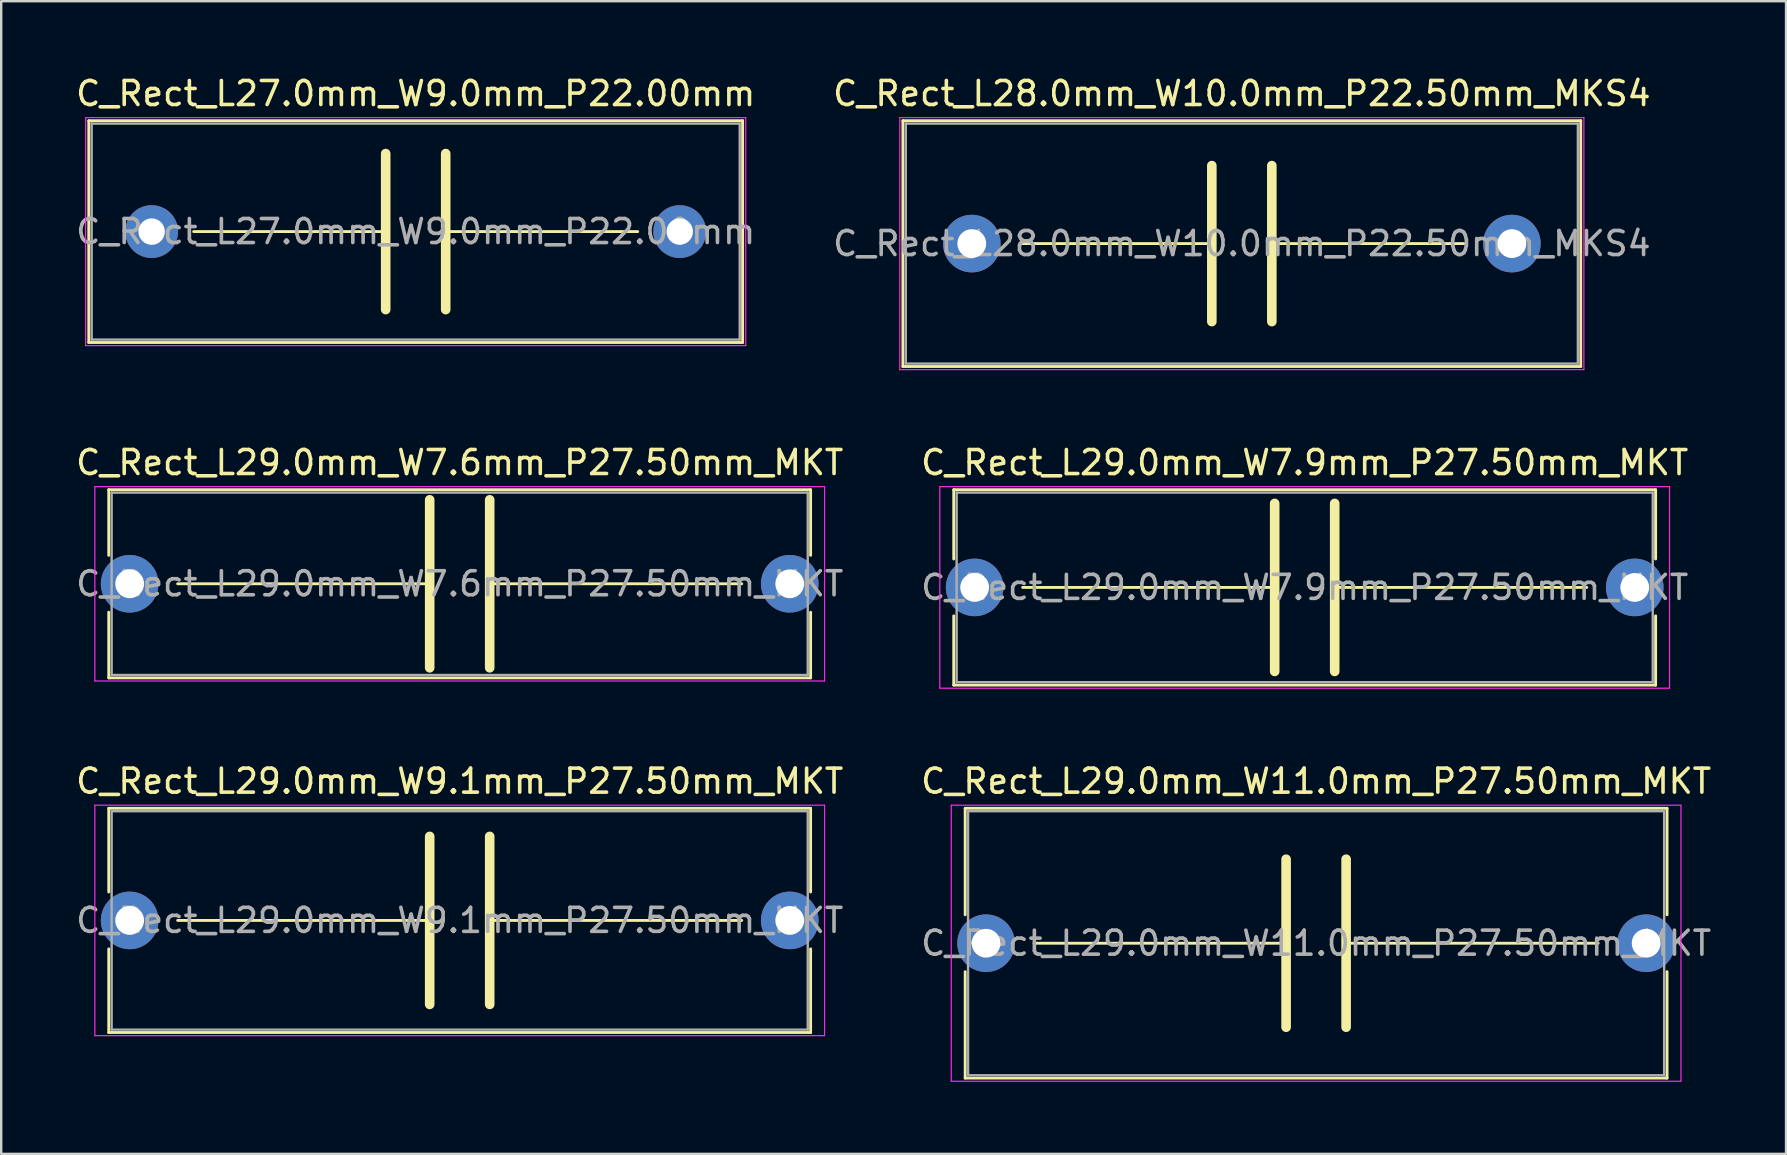
<source format=kicad_pcb>
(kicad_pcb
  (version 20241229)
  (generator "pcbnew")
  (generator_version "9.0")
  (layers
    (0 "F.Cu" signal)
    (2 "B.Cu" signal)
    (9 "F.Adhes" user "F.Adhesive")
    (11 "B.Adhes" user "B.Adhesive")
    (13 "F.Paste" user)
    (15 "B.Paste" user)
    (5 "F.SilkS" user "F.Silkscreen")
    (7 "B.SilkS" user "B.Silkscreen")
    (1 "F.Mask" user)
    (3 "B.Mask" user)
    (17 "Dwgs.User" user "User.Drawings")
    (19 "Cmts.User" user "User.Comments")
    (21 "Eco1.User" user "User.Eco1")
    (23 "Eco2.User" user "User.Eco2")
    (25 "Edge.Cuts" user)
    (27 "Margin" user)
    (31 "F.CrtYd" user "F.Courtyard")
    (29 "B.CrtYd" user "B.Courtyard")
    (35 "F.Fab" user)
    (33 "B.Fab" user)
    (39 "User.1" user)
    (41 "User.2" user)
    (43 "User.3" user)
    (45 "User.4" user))
  (footprint "C_Rect_L29.0mm_W9.1mm_P27.50mm_MKT"
    (layer "F.Cu")
    (at 2.351 35.295)
    (property "Reference" "C_Rect_L29.0mm_W9.1mm_P27.50mm_MKT" (at 13.75 -5.8 0) (layer "F.SilkS") (effects (font (size 1 1) (thickness 0.15))))
    (attr through_hole)
    (fp_line (start -0.87 -4.67) (end -0.87 -1.185) (stroke (width 0.12) (type solid)) (layer "F.SilkS"))
    (fp_line (start -0.87 -4.67) (end 28.37 -4.67) (stroke (width 0.12) (type solid)) (layer "F.SilkS"))
    (fp_line (start -0.87 1.185) (end -0.87 4.67) (stroke (width 0.12) (type solid)) (layer "F.SilkS"))
    (fp_line (start -0.87 4.67) (end 28.37 4.67) (stroke (width 0.12) (type solid)) (layer "F.SilkS"))
    (fp_line (start 2 0) (end 12.5 0) (stroke (width 0.12) (type solid)) (layer "F.SilkS"))
    (fp_line (start 12.5 -3.5) (end 12.5 3.5) (stroke (width 0.4) (type solid)) (layer "F.SilkS"))
    (fp_line (start 15 -3.5) (end 15 3.5) (stroke (width 0.4) (type solid)) (layer "F.SilkS"))
    (fp_line (start 15 0) (end 25.5 0) (stroke (width 0.12) (type solid)) (layer "F.SilkS"))
    (fp_line (start 28.37 -4.67) (end 28.37 -1.185) (stroke (width 0.12) (type solid)) (layer "F.SilkS"))
    (fp_line (start 28.37 1.185) (end 28.37 4.67) (stroke (width 0.12) (type solid)) (layer "F.SilkS"))
    (fp_line (start -1.45 -4.8) (end -1.45 4.8) (stroke (width 0.05) (type solid)) (layer "F.CrtYd"))
    (fp_line (start -1.45 4.8) (end 28.95 4.8) (stroke (width 0.05) (type solid)) (layer "F.CrtYd"))
    (fp_line (start 28.95 -4.8) (end -1.45 -4.8) (stroke (width 0.05) (type solid)) (layer "F.CrtYd"))
    (fp_line (start 28.95 4.8) (end 28.95 -4.8) (stroke (width 0.05) (type solid)) (layer "F.CrtYd"))
    (fp_line (start -0.75 -4.55) (end -0.75 4.55) (stroke (width 0.1) (type solid)) (layer "F.Fab"))
    (fp_line (start -0.75 4.55) (end 28.25 4.55) (stroke (width 0.1) (type solid)) (layer "F.Fab"))
    (fp_line (start 28.25 -4.55) (end -0.75 -4.55) (stroke (width 0.1) (type solid)) (layer "F.Fab"))
    (fp_line (start 28.25 4.55) (end 28.25 -4.55) (stroke (width 0.1) (type solid)) (layer "F.Fab"))
    (fp_text user "${REFERENCE}" (at 13.75 0 0) (layer "F.Fab") (effects (font (size 1 1) (thickness 0.15))))
    (pad "1" thru_hole circle (at 0 0) (size 2.4 2.4) (drill 1.2) (layers "*.Cu" "*.Mask"))
    (pad "2" thru_hole circle (at 27.5 0) (size 2.4 2.4) (drill 1.2) (layers "*.Cu" "*.Mask")))
  (footprint "C_Rect_L27.0mm_W9.0mm_P22.00mm"
    (layer "F.Cu")
    (at 3.268 6.598)
    (property "Reference" "C_Rect_L27.0mm_W9.0mm_P22.00mm" (at 11 -5.75 0) (layer "F.SilkS") (effects (font (size 1 1) (thickness 0.15))))
    (attr through_hole)
    (fp_line (start -2.62 -4.62) (end -2.62 4.62) (stroke (width 0.12) (type solid)) (layer "F.SilkS"))
    (fp_line (start -2.62 -4.62) (end 24.62 -4.62) (stroke (width 0.12) (type solid)) (layer "F.SilkS"))
    (fp_line (start -2.62 4.62) (end 24.62 4.62) (stroke (width 0.12) (type solid)) (layer "F.SilkS"))
    (fp_line (start 1.75 0) (end 9.75 0) (stroke (width 0.12) (type solid)) (layer "F.SilkS"))
    (fp_line (start 9.75 -3.25) (end 9.75 3.25) (stroke (width 0.4) (type solid)) (layer "F.SilkS"))
    (fp_line (start 12.25 -3.25) (end 12.25 3.25) (stroke (width 0.4) (type solid)) (layer "F.SilkS"))
    (fp_line (start 12.25 0) (end 20.25 0) (stroke (width 0.12) (type solid)) (layer "F.SilkS"))
    (fp_line (start 24.62 -4.62) (end 24.62 4.62) (stroke (width 0.12) (type solid)) (layer "F.SilkS"))
    (fp_line (start -2.75 -4.75) (end -2.75 4.75) (stroke (width 0.05) (type solid)) (layer "F.CrtYd"))
    (fp_line (start -2.75 4.75) (end 24.75 4.75) (stroke (width 0.05) (type solid)) (layer "F.CrtYd"))
    (fp_line (start 24.75 -4.75) (end -2.75 -4.75) (stroke (width 0.05) (type solid)) (layer "F.CrtYd"))
    (fp_line (start 24.75 4.75) (end 24.75 -4.75) (stroke (width 0.05) (type solid)) (layer "F.CrtYd"))
    (fp_line (start -2.5 -4.5) (end -2.5 4.5) (stroke (width 0.1) (type solid)) (layer "F.Fab"))
    (fp_line (start -2.5 4.5) (end 24.5 4.5) (stroke (width 0.1) (type solid)) (layer "F.Fab"))
    (fp_line (start 24.5 -4.5) (end -2.5 -4.5) (stroke (width 0.1) (type solid)) (layer "F.Fab"))
    (fp_line (start 24.5 4.5) (end 24.5 -4.5) (stroke (width 0.1) (type solid)) (layer "F.Fab"))
    (fp_text user "${REFERENCE}" (at 11 0 0) (layer "F.Fab") (effects (font (size 1 1) (thickness 0.15))))
    (pad "1" thru_hole circle (at 0 0) (size 2.2 2.2) (drill 1.1) (layers "*.Cu" "*.Mask"))
    (pad "2" thru_hole circle (at 22 0) (size 2.2 2.2) (drill 1.1) (layers "*.Cu" "*.Mask")))
  (footprint "C_Rect_L29.0mm_W7.9mm_P27.50mm_MKT"
    (layer "F.Cu")
    (at 37.554 21.422)
    (property "Reference" "C_Rect_L29.0mm_W7.9mm_P27.50mm_MKT" (at 13.75 -5.2 0) (layer "F.SilkS") (effects (font (size 1 1) (thickness 0.15))))
    (attr through_hole)
    (fp_line (start -0.87 -4.07) (end -0.87 -1.185) (stroke (width 0.12) (type solid)) (layer "F.SilkS"))
    (fp_line (start -0.87 -4.07) (end 28.37 -4.07) (stroke (width 0.12) (type solid)) (layer "F.SilkS"))
    (fp_line (start -0.87 1.185) (end -0.87 4.07) (stroke (width 0.12) (type solid)) (layer "F.SilkS"))
    (fp_line (start -0.87 4.07) (end 28.37 4.07) (stroke (width 0.12) (type solid)) (layer "F.SilkS"))
    (fp_line (start 2 0) (end 12.5 0) (stroke (width 0.12) (type solid)) (layer "F.SilkS"))
    (fp_line (start 12.5 -3.5) (end 12.5 3.5) (stroke (width 0.4) (type solid)) (layer "F.SilkS"))
    (fp_line (start 15 -3.5) (end 15 3.5) (stroke (width 0.4) (type solid)) (layer "F.SilkS"))
    (fp_line (start 15 0) (end 25.5 0) (stroke (width 0.12) (type solid)) (layer "F.SilkS"))
    (fp_line (start 28.37 -4.07) (end 28.37 -1.185) (stroke (width 0.12) (type solid)) (layer "F.SilkS"))
    (fp_line (start 28.37 1.185) (end 28.37 4.07) (stroke (width 0.12) (type solid)) (layer "F.SilkS"))
    (fp_line (start -1.45 -4.2) (end -1.45 4.2) (stroke (width 0.05) (type solid)) (layer "F.CrtYd"))
    (fp_line (start -1.45 4.2) (end 28.95 4.2) (stroke (width 0.05) (type solid)) (layer "F.CrtYd"))
    (fp_line (start 28.95 -4.2) (end -1.45 -4.2) (stroke (width 0.05) (type solid)) (layer "F.CrtYd"))
    (fp_line (start 28.95 4.2) (end 28.95 -4.2) (stroke (width 0.05) (type solid)) (layer "F.CrtYd"))
    (fp_line (start -0.75 -3.95) (end -0.75 3.95) (stroke (width 0.1) (type solid)) (layer "F.Fab"))
    (fp_line (start -0.75 3.95) (end 28.25 3.95) (stroke (width 0.1) (type solid)) (layer "F.Fab"))
    (fp_line (start 28.25 -3.95) (end -0.75 -3.95) (stroke (width 0.1) (type solid)) (layer "F.Fab"))
    (fp_line (start 28.25 3.95) (end 28.25 -3.95) (stroke (width 0.1) (type solid)) (layer "F.Fab"))
    (fp_text user "${REFERENCE}" (at 13.75 0 0) (layer "F.Fab") (effects (font (size 1 1) (thickness 0.15))))
    (pad "1" thru_hole circle (at 0 0) (size 2.4 2.4) (drill 1.2) (layers "*.Cu" "*.Mask"))
    (pad "2" thru_hole circle (at 27.5 0) (size 2.4 2.4) (drill 1.2) (layers "*.Cu" "*.Mask")))
  (footprint "C_Rect_L28.0mm_W10.0mm_P22.50mm_MKS4"
    (layer "F.Cu")
    (at 37.435 7.098)
    (property "Reference" "C_Rect_L28.0mm_W10.0mm_P22.50mm_MKS4" (at 11.25 -6.25 0) (layer "F.SilkS") (effects (font (size 1 1) (thickness 0.15))))
    (attr through_hole)
    (fp_line (start -2.87 -5.12) (end -2.87 5.12) (stroke (width 0.12) (type solid)) (layer "F.SilkS"))
    (fp_line (start -2.87 -5.12) (end 25.37 -5.12) (stroke (width 0.12) (type solid)) (layer "F.SilkS"))
    (fp_line (start -2.87 5.12) (end 25.37 5.12) (stroke (width 0.12) (type solid)) (layer "F.SilkS"))
    (fp_line (start 2 0) (end 10 0) (stroke (width 0.12) (type solid)) (layer "F.SilkS"))
    (fp_line (start 10 -3.25) (end 10 3.25) (stroke (width 0.4) (type solid)) (layer "F.SilkS"))
    (fp_line (start 12.5 -3.25) (end 12.5 3.25) (stroke (width 0.4) (type solid)) (layer "F.SilkS"))
    (fp_line (start 12.5 0) (end 20.5 0) (stroke (width 0.12) (type solid)) (layer "F.SilkS"))
    (fp_line (start 25.37 -5.12) (end 25.37 5.12) (stroke (width 0.12) (type solid)) (layer "F.SilkS"))
    (fp_line (start -3 -5.25) (end -3 5.25) (stroke (width 0.05) (type solid)) (layer "F.CrtYd"))
    (fp_line (start -3 5.25) (end 25.5 5.25) (stroke (width 0.05) (type solid)) (layer "F.CrtYd"))
    (fp_line (start 25.5 -5.25) (end -3 -5.25) (stroke (width 0.05) (type solid)) (layer "F.CrtYd"))
    (fp_line (start 25.5 5.25) (end 25.5 -5.25) (stroke (width 0.05) (type solid)) (layer "F.CrtYd"))
    (fp_line (start -2.75 -5) (end -2.75 5) (stroke (width 0.1) (type solid)) (layer "F.Fab"))
    (fp_line (start -2.75 5) (end 25.25 5) (stroke (width 0.1) (type solid)) (layer "F.Fab"))
    (fp_line (start 25.25 -5) (end -2.75 -5) (stroke (width 0.1) (type solid)) (layer "F.Fab"))
    (fp_line (start 25.25 5) (end 25.25 -5) (stroke (width 0.1) (type solid)) (layer "F.Fab"))
    (fp_text user "${REFERENCE}" (at 11.25 0 0) (layer "F.Fab") (effects (font (size 1 1) (thickness 0.15))))
    (pad "1" thru_hole circle (at 0 0) (size 2.4 2.4) (drill 1.2) (layers "*.Cu" "*.Mask"))
    (pad "2" thru_hole circle (at 22.5 0) (size 2.4 2.4) (drill 1.2) (layers "*.Cu" "*.Mask")))
  (footprint "C_Rect_L29.0mm_W7.6mm_P27.50mm_MKT"
    (layer "F.Cu")
    (at 2.351 21.271)
    (property "Reference" "C_Rect_L29.0mm_W7.6mm_P27.50mm_MKT" (at 13.75 -5.05 0) (layer "F.SilkS") (effects (font (size 1 1) (thickness 0.15))))
    (attr through_hole)
    (fp_line (start -0.87 -3.92) (end -0.87 -1.185) (stroke (width 0.12) (type solid)) (layer "F.SilkS"))
    (fp_line (start -0.87 -3.92) (end 28.37 -3.92) (stroke (width 0.12) (type solid)) (layer "F.SilkS"))
    (fp_line (start -0.87 1.185) (end -0.87 3.92) (stroke (width 0.12) (type solid)) (layer "F.SilkS"))
    (fp_line (start -0.87 3.92) (end 28.37 3.92) (stroke (width 0.12) (type solid)) (layer "F.SilkS"))
    (fp_line (start 2 0) (end 12.5 0) (stroke (width 0.12) (type solid)) (layer "F.SilkS"))
    (fp_line (start 12.5 -3.5) (end 12.5 3.5) (stroke (width 0.4) (type solid)) (layer "F.SilkS"))
    (fp_line (start 15 -3.5) (end 15 3.5) (stroke (width 0.4) (type solid)) (layer "F.SilkS"))
    (fp_line (start 15 0) (end 25.5 0) (stroke (width 0.12) (type solid)) (layer "F.SilkS"))
    (fp_line (start 28.37 -3.92) (end 28.37 -1.185) (stroke (width 0.12) (type solid)) (layer "F.SilkS"))
    (fp_line (start 28.37 1.185) (end 28.37 3.92) (stroke (width 0.12) (type solid)) (layer "F.SilkS"))
    (fp_line (start -1.45 -4.05) (end -1.45 4.05) (stroke (width 0.05) (type solid)) (layer "F.CrtYd"))
    (fp_line (start -1.45 4.05) (end 28.95 4.05) (stroke (width 0.05) (type solid)) (layer "F.CrtYd"))
    (fp_line (start 28.95 -4.05) (end -1.45 -4.05) (stroke (width 0.05) (type solid)) (layer "F.CrtYd"))
    (fp_line (start 28.95 4.05) (end 28.95 -4.05) (stroke (width 0.05) (type solid)) (layer "F.CrtYd"))
    (fp_line (start -0.75 -3.8) (end -0.75 3.8) (stroke (width 0.1) (type solid)) (layer "F.Fab"))
    (fp_line (start -0.75 3.8) (end 28.25 3.8) (stroke (width 0.1) (type solid)) (layer "F.Fab"))
    (fp_line (start 28.25 -3.8) (end -0.75 -3.8) (stroke (width 0.1) (type solid)) (layer "F.Fab"))
    (fp_line (start 28.25 3.8) (end 28.25 -3.8) (stroke (width 0.1) (type solid)) (layer "F.Fab"))
    (fp_text user "${REFERENCE}" (at 13.75 0 0) (layer "F.Fab") (effects (font (size 1 1) (thickness 0.15))))
    (pad "1" thru_hole circle (at 0 0) (size 2.4 2.4) (drill 1.2) (layers "*.Cu" "*.Mask"))
    (pad "2" thru_hole circle (at 27.5 0) (size 2.4 2.4) (drill 1.2) (layers "*.Cu" "*.Mask")))
  (footprint "C_Rect_L29.0mm_W11.0mm_P27.50mm_MKT"
    (layer "F.Cu")
    (at 38.03 36.245)
    (property "Reference" "C_Rect_L29.0mm_W11.0mm_P27.50mm_MKT" (at 13.75 -6.75 0) (layer "F.SilkS") (effects (font (size 1 1) (thickness 0.15))))
    (attr through_hole)
    (fp_line (start -0.87 -5.62) (end -0.87 -1.185) (stroke (width 0.12) (type solid)) (layer "F.SilkS"))
    (fp_line (start -0.87 -5.62) (end 28.37 -5.62) (stroke (width 0.12) (type solid)) (layer "F.SilkS"))
    (fp_line (start -0.87 1.185) (end -0.87 5.62) (stroke (width 0.12) (type solid)) (layer "F.SilkS"))
    (fp_line (start -0.87 5.62) (end 28.37 5.62) (stroke (width 0.12) (type solid)) (layer "F.SilkS"))
    (fp_line (start 2 0) (end 12.5 0) (stroke (width 0.12) (type solid)) (layer "F.SilkS"))
    (fp_line (start 12.5 -3.5) (end 12.5 3.5) (stroke (width 0.4) (type solid)) (layer "F.SilkS"))
    (fp_line (start 15 -3.5) (end 15 3.5) (stroke (width 0.4) (type solid)) (layer "F.SilkS"))
    (fp_line (start 15 0) (end 25.5 0) (stroke (width 0.12) (type solid)) (layer "F.SilkS"))
    (fp_line (start 28.37 -5.62) (end 28.37 -1.185) (stroke (width 0.12) (type solid)) (layer "F.SilkS"))
    (fp_line (start 28.37 1.185) (end 28.37 5.62) (stroke (width 0.12) (type solid)) (layer "F.SilkS"))
    (fp_line (start -1.45 -5.75) (end -1.45 5.75) (stroke (width 0.05) (type solid)) (layer "F.CrtYd"))
    (fp_line (start -1.45 5.75) (end 28.95 5.75) (stroke (width 0.05) (type solid)) (layer "F.CrtYd"))
    (fp_line (start 28.95 -5.75) (end -1.45 -5.75) (stroke (width 0.05) (type solid)) (layer "F.CrtYd"))
    (fp_line (start 28.95 5.75) (end 28.95 -5.75) (stroke (width 0.05) (type solid)) (layer "F.CrtYd"))
    (fp_line (start -0.75 -5.5) (end -0.75 5.5) (stroke (width 0.1) (type solid)) (layer "F.Fab"))
    (fp_line (start -0.75 5.5) (end 28.25 5.5) (stroke (width 0.1) (type solid)) (layer "F.Fab"))
    (fp_line (start 28.25 -5.5) (end -0.75 -5.5) (stroke (width 0.1) (type solid)) (layer "F.Fab"))
    (fp_line (start 28.25 5.5) (end 28.25 -5.5) (stroke (width 0.1) (type solid)) (layer "F.Fab"))
    (fp_text user "${REFERENCE}" (at 13.75 0 0) (layer "F.Fab") (effects (font (size 1 1) (thickness 0.15))))
    (pad "1" thru_hole circle (at 0 0) (size 2.4 2.4) (drill 1.2) (layers "*.Cu" "*.Mask"))
    (pad "2" thru_hole circle (at 27.5 0) (size 2.4 2.4) (drill 1.2) (layers "*.Cu" "*.Mask")))
  (gr_rect
    (start -3 -3)
    (end 71.357 45.02)
    (stroke (width 0.1) (type default))
    (fill no)
    (layer "Edge.Cuts")))
</source>
